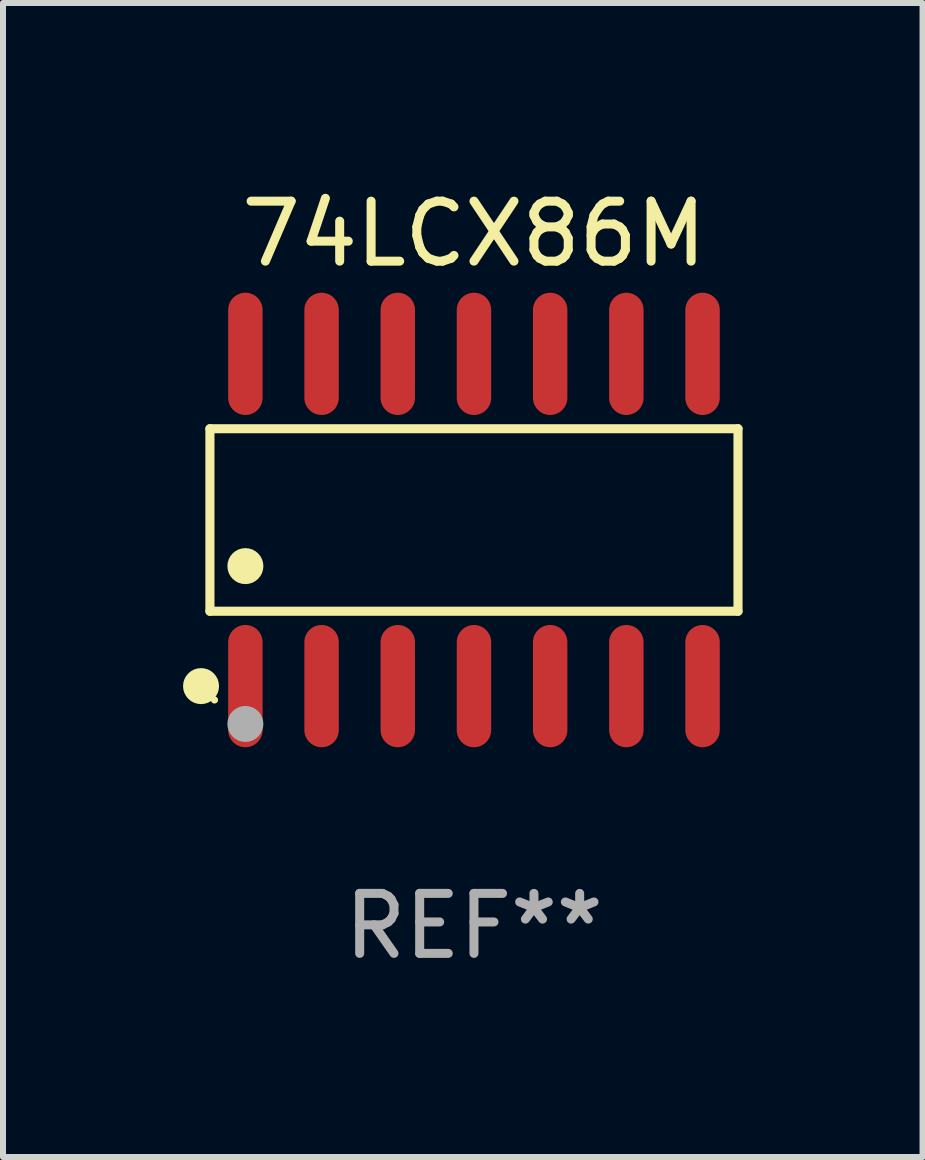
<source format=kicad_pcb>
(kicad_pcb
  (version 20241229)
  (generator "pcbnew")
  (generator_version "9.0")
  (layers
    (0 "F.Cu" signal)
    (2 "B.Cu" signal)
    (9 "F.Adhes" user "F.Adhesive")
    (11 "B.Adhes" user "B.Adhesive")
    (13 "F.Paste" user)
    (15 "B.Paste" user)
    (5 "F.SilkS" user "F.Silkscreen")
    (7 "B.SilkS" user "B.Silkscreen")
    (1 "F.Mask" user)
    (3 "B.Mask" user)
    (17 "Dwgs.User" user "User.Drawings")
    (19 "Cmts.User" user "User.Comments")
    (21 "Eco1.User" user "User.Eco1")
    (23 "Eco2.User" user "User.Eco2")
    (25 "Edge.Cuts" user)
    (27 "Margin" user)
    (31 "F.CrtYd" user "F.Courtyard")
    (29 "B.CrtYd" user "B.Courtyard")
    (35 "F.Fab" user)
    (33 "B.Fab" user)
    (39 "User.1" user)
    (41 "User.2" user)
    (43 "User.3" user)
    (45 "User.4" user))
  (footprint "74LCX86M"
    (layer "F.Cu")
    (at 4.85 5.617)
    (property "Reference" "74LCX86M" (at 0 -4.769 0) (layer "F.SilkS") (effects (font (size 1 1) (thickness 0.15))))
    (attr through_hole)
    (fp_line (start -4.401 -1.521) (end 4.401 -1.521) (stroke (width 0.152) (type solid)) (layer "F.SilkS"))
    (fp_line (start -4.401 1.521) (end -4.401 -1.521) (stroke (width 0.152) (type solid)) (layer "F.SilkS"))
    (fp_line (start 4.401 -1.521) (end 4.401 1.521) (stroke (width 0.152) (type solid)) (layer "F.SilkS"))
    (fp_line (start 4.401 1.521) (end -4.401 1.521) (stroke (width 0.152) (type solid)) (layer "F.SilkS"))
    (fp_circle (center -4.549 2.769) (end -4.399 2.769) (stroke (width 0.3) (type solid)) (fill no) (layer "F.SilkS"))
    (fp_circle (center -4.325 3) (end -4.295 3) (stroke (width 0.06) (type solid)) (fill no) (layer "F.SilkS"))
    (fp_circle (center -3.81 0.769) (end -3.66 0.769) (stroke (width 0.3) (type solid)) (fill no) (layer "F.SilkS"))
    (fp_circle (center -3.81 3.4) (end -3.66 3.4) (stroke (width 0.3) (type solid)) (fill no) (layer "F.Fab"))
    (fp_text user "REF**" (at 0 6.769 0) (layer "F.Fab") (effects (font (size 1 1) (thickness 0.15))))
    (pad "1" smd oval (at -3.81 2.769) (size 0.574 2.038) (layers "F.Cu" "F.Mask" "F.Paste"))
    (pad "2" smd oval (at -2.54 2.769) (size 0.574 2.038) (layers "F.Cu" "F.Mask" "F.Paste"))
    (pad "3" smd oval (at -1.27 2.769) (size 0.574 2.038) (layers "F.Cu" "F.Mask" "F.Paste"))
    (pad "4" smd oval (at 0 2.769) (size 0.574 2.038) (layers "F.Cu" "F.Mask" "F.Paste"))
    (pad "5" smd oval (at 1.27 2.769) (size 0.574 2.038) (layers "F.Cu" "F.Mask" "F.Paste"))
    (pad "6" smd oval (at 2.54 2.769) (size 0.574 2.038) (layers "F.Cu" "F.Mask" "F.Paste"))
    (pad "7" smd oval (at 3.81 2.769) (size 0.574 2.038) (layers "F.Cu" "F.Mask" "F.Paste"))
    (pad "8" smd oval (at 3.81 -2.769) (size 0.574 2.038) (layers "F.Cu" "F.Mask" "F.Paste"))
    (pad "9" smd oval (at 2.54 -2.769) (size 0.574 2.038) (layers "F.Cu" "F.Mask" "F.Paste"))
    (pad "10" smd oval (at 1.27 -2.769) (size 0.574 2.038) (layers "F.Cu" "F.Mask" "F.Paste"))
    (pad "11" smd oval (at 0 -2.769) (size 0.574 2.038) (layers "F.Cu" "F.Mask" "F.Paste"))
    (pad "12" smd oval (at -1.27 -2.769) (size 0.574 2.038) (layers "F.Cu" "F.Mask" "F.Paste"))
    (pad "13" smd oval (at -2.54 -2.769) (size 0.574 2.038) (layers "F.Cu" "F.Mask" "F.Paste"))
    (pad "14" smd oval (at -3.81 -2.769) (size 0.574 2.038) (layers "F.Cu" "F.Mask" "F.Paste")))
  (gr_rect
    (start -3 -3)
    (end 12.327 16.235)
    (stroke (width 0.1) (type default))
    (fill no)
    (layer "Edge.Cuts")))
</source>
